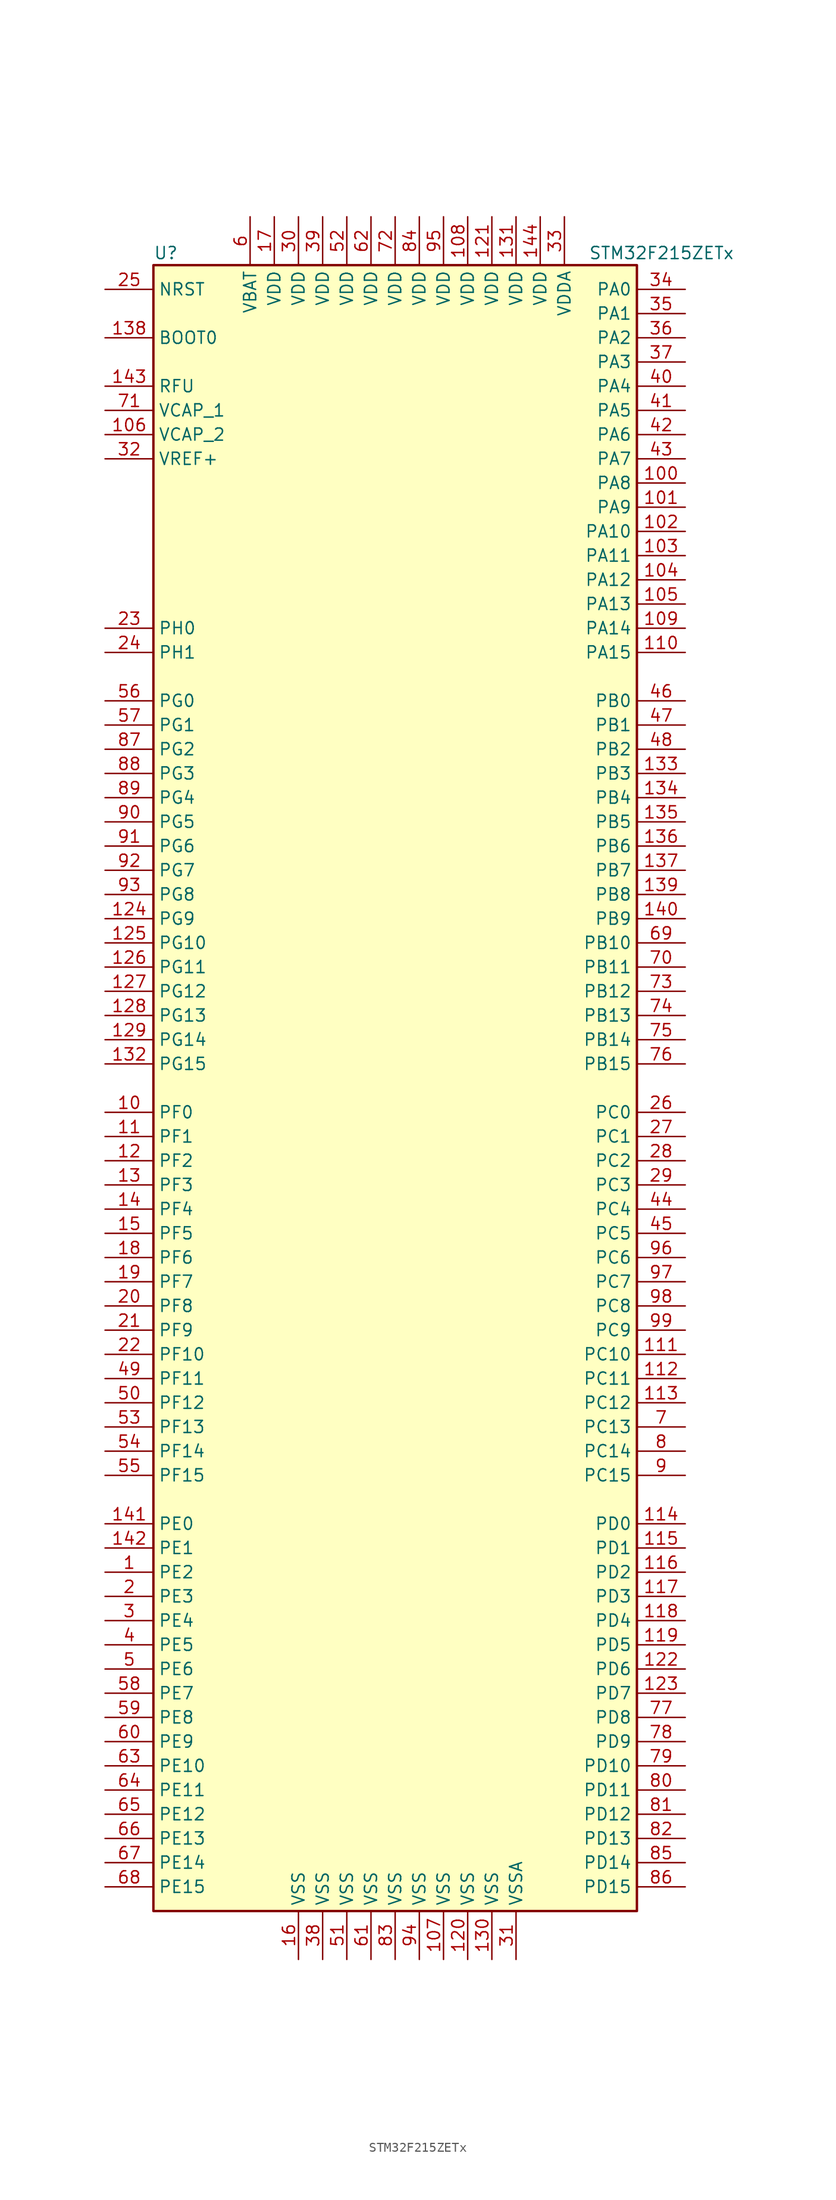
<source format=kicad_sym>
(kicad_symbol_lib
  (version 20201005)
  (generator kicad_symbol_editor)
  (symbol "STM32F215ZETx"
    (property "Reference" "U"
      (at -25.4 87.63 0)
      (effects (font (size 1.27 1.27)) (justify left)))
    (property "Value" "STM32F215ZETx"
      (at 20.32 87.63 0)
      (effects (font (size 1.27 1.27)) (justify left)))
    (symbol "STM32F215ZETx_0_1"
      (rectangle (start -25.4 -86.36) (end 25.4 86.36) (stroke (width 0.254)) (fill (type background))))
    (symbol "STM32F215ZETx_1_1"
      (pin input line (at -30.48 78.74 0) (length 5.08) (name "BOOT0" (effects (font (size 1.27 1.27)))) (number "138" (effects (font (size 1.27 1.27)))))
      (pin input line (at -30.48 83.82 0) (length 5.08) (name "NRST" (effects (font (size 1.27 1.27)))) (number "25" (effects (font (size 1.27 1.27)))))
      (pin bidirectional line (at 30.48 83.82 180) (length 5.08) (name "PA0" (effects (font (size 1.27 1.27)))) (number "34" (effects (font (size 1.27 1.27)))))
      (pin bidirectional line (at 30.48 81.28 180) (length 5.08) (name "PA1" (effects (font (size 1.27 1.27)))) (number "35" (effects (font (size 1.27 1.27)))))
      (pin bidirectional line (at 30.48 58.42 180) (length 5.08) (name "PA10" (effects (font (size 1.27 1.27)))) (number "102" (effects (font (size 1.27 1.27)))))
      (pin bidirectional line (at 30.48 55.88 180) (length 5.08) (name "PA11" (effects (font (size 1.27 1.27)))) (number "103" (effects (font (size 1.27 1.27)))))
      (pin bidirectional line (at 30.48 53.34 180) (length 5.08) (name "PA12" (effects (font (size 1.27 1.27)))) (number "104" (effects (font (size 1.27 1.27)))))
      (pin bidirectional line (at 30.48 50.8 180) (length 5.08) (name "PA13" (effects (font (size 1.27 1.27)))) (number "105" (effects (font (size 1.27 1.27)))))
      (pin bidirectional line (at 30.48 48.26 180) (length 5.08) (name "PA14" (effects (font (size 1.27 1.27)))) (number "109" (effects (font (size 1.27 1.27)))))
      (pin bidirectional line (at 30.48 45.72 180) (length 5.08) (name "PA15" (effects (font (size 1.27 1.27)))) (number "110" (effects (font (size 1.27 1.27)))))
      (pin bidirectional line (at 30.48 78.74 180) (length 5.08) (name "PA2" (effects (font (size 1.27 1.27)))) (number "36" (effects (font (size 1.27 1.27)))))
      (pin bidirectional line (at 30.48 76.2 180) (length 5.08) (name "PA3" (effects (font (size 1.27 1.27)))) (number "37" (effects (font (size 1.27 1.27)))))
      (pin bidirectional line (at 30.48 73.66 180) (length 5.08) (name "PA4" (effects (font (size 1.27 1.27)))) (number "40" (effects (font (size 1.27 1.27)))))
      (pin bidirectional line (at 30.48 71.12 180) (length 5.08) (name "PA5" (effects (font (size 1.27 1.27)))) (number "41" (effects (font (size 1.27 1.27)))))
      (pin bidirectional line (at 30.48 68.58 180) (length 5.08) (name "PA6" (effects (font (size 1.27 1.27)))) (number "42" (effects (font (size 1.27 1.27)))))
      (pin bidirectional line (at 30.48 66.04 180) (length 5.08) (name "PA7" (effects (font (size 1.27 1.27)))) (number "43" (effects (font (size 1.27 1.27)))))
      (pin bidirectional line (at 30.48 63.5 180) (length 5.08) (name "PA8" (effects (font (size 1.27 1.27)))) (number "100" (effects (font (size 1.27 1.27)))))
      (pin bidirectional line (at 30.48 60.96 180) (length 5.08) (name "PA9" (effects (font (size 1.27 1.27)))) (number "101" (effects (font (size 1.27 1.27)))))
      (pin bidirectional line (at 30.48 40.64 180) (length 5.08) (name "PB0" (effects (font (size 1.27 1.27)))) (number "46" (effects (font (size 1.27 1.27)))))
      (pin bidirectional line (at 30.48 38.1 180) (length 5.08) (name "PB1" (effects (font (size 1.27 1.27)))) (number "47" (effects (font (size 1.27 1.27)))))
      (pin bidirectional line (at 30.48 15.24 180) (length 5.08) (name "PB10" (effects (font (size 1.27 1.27)))) (number "69" (effects (font (size 1.27 1.27)))))
      (pin bidirectional line (at 30.48 12.7 180) (length 5.08) (name "PB11" (effects (font (size 1.27 1.27)))) (number "70" (effects (font (size 1.27 1.27)))))
      (pin bidirectional line (at 30.48 10.16 180) (length 5.08) (name "PB12" (effects (font (size 1.27 1.27)))) (number "73" (effects (font (size 1.27 1.27)))))
      (pin bidirectional line (at 30.48 7.62 180) (length 5.08) (name "PB13" (effects (font (size 1.27 1.27)))) (number "74" (effects (font (size 1.27 1.27)))))
      (pin bidirectional line (at 30.48 5.08 180) (length 5.08) (name "PB14" (effects (font (size 1.27 1.27)))) (number "75" (effects (font (size 1.27 1.27)))))
      (pin bidirectional line (at 30.48 2.54 180) (length 5.08) (name "PB15" (effects (font (size 1.27 1.27)))) (number "76" (effects (font (size 1.27 1.27)))))
      (pin bidirectional line (at 30.48 35.56 180) (length 5.08) (name "PB2" (effects (font (size 1.27 1.27)))) (number "48" (effects (font (size 1.27 1.27)))))
      (pin bidirectional line (at 30.48 33.02 180) (length 5.08) (name "PB3" (effects (font (size 1.27 1.27)))) (number "133" (effects (font (size 1.27 1.27)))))
      (pin bidirectional line (at 30.48 30.48 180) (length 5.08) (name "PB4" (effects (font (size 1.27 1.27)))) (number "134" (effects (font (size 1.27 1.27)))))
      (pin bidirectional line (at 30.48 27.94 180) (length 5.08) (name "PB5" (effects (font (size 1.27 1.27)))) (number "135" (effects (font (size 1.27 1.27)))))
      (pin bidirectional line (at 30.48 25.4 180) (length 5.08) (name "PB6" (effects (font (size 1.27 1.27)))) (number "136" (effects (font (size 1.27 1.27)))))
      (pin bidirectional line (at 30.48 22.86 180) (length 5.08) (name "PB7" (effects (font (size 1.27 1.27)))) (number "137" (effects (font (size 1.27 1.27)))))
      (pin bidirectional line (at 30.48 20.32 180) (length 5.08) (name "PB8" (effects (font (size 1.27 1.27)))) (number "139" (effects (font (size 1.27 1.27)))))
      (pin bidirectional line (at 30.48 17.78 180) (length 5.08) (name "PB9" (effects (font (size 1.27 1.27)))) (number "140" (effects (font (size 1.27 1.27)))))
      (pin bidirectional line (at 30.48 -2.54 180) (length 5.08) (name "PC0" (effects (font (size 1.27 1.27)))) (number "26" (effects (font (size 1.27 1.27)))))
      (pin bidirectional line (at 30.48 -5.08 180) (length 5.08) (name "PC1" (effects (font (size 1.27 1.27)))) (number "27" (effects (font (size 1.27 1.27)))))
      (pin bidirectional line (at 30.48 -27.94 180) (length 5.08) (name "PC10" (effects (font (size 1.27 1.27)))) (number "111" (effects (font (size 1.27 1.27)))))
      (pin bidirectional line (at 30.48 -30.48 180) (length 5.08) (name "PC11" (effects (font (size 1.27 1.27)))) (number "112" (effects (font (size 1.27 1.27)))))
      (pin bidirectional line (at 30.48 -33.02 180) (length 5.08) (name "PC12" (effects (font (size 1.27 1.27)))) (number "113" (effects (font (size 1.27 1.27)))))
      (pin bidirectional line (at 30.48 -35.56 180) (length 5.08) (name "PC13" (effects (font (size 1.27 1.27)))) (number "7" (effects (font (size 1.27 1.27)))))
      (pin bidirectional line (at 30.48 -38.1 180) (length 5.08) (name "PC14" (effects (font (size 1.27 1.27)))) (number "8" (effects (font (size 1.27 1.27)))))
      (pin bidirectional line (at 30.48 -40.64 180) (length 5.08) (name "PC15" (effects (font (size 1.27 1.27)))) (number "9" (effects (font (size 1.27 1.27)))))
      (pin bidirectional line (at 30.48 -7.62 180) (length 5.08) (name "PC2" (effects (font (size 1.27 1.27)))) (number "28" (effects (font (size 1.27 1.27)))))
      (pin bidirectional line (at 30.48 -10.16 180) (length 5.08) (name "PC3" (effects (font (size 1.27 1.27)))) (number "29" (effects (font (size 1.27 1.27)))))
      (pin bidirectional line (at 30.48 -12.7 180) (length 5.08) (name "PC4" (effects (font (size 1.27 1.27)))) (number "44" (effects (font (size 1.27 1.27)))))
      (pin bidirectional line (at 30.48 -15.24 180) (length 5.08) (name "PC5" (effects (font (size 1.27 1.27)))) (number "45" (effects (font (size 1.27 1.27)))))
      (pin bidirectional line (at 30.48 -17.78 180) (length 5.08) (name "PC6" (effects (font (size 1.27 1.27)))) (number "96" (effects (font (size 1.27 1.27)))))
      (pin bidirectional line (at 30.48 -20.32 180) (length 5.08) (name "PC7" (effects (font (size 1.27 1.27)))) (number "97" (effects (font (size 1.27 1.27)))))
      (pin bidirectional line (at 30.48 -22.86 180) (length 5.08) (name "PC8" (effects (font (size 1.27 1.27)))) (number "98" (effects (font (size 1.27 1.27)))))
      (pin bidirectional line (at 30.48 -25.4 180) (length 5.08) (name "PC9" (effects (font (size 1.27 1.27)))) (number "99" (effects (font (size 1.27 1.27)))))
      (pin bidirectional line (at 30.48 -45.72 180) (length 5.08) (name "PD0" (effects (font (size 1.27 1.27)))) (number "114" (effects (font (size 1.27 1.27)))))
      (pin bidirectional line (at 30.48 -48.26 180) (length 5.08) (name "PD1" (effects (font (size 1.27 1.27)))) (number "115" (effects (font (size 1.27 1.27)))))
      (pin bidirectional line (at 30.48 -71.12 180) (length 5.08) (name "PD10" (effects (font (size 1.27 1.27)))) (number "79" (effects (font (size 1.27 1.27)))))
      (pin bidirectional line (at 30.48 -73.66 180) (length 5.08) (name "PD11" (effects (font (size 1.27 1.27)))) (number "80" (effects (font (size 1.27 1.27)))))
      (pin bidirectional line (at 30.48 -76.2 180) (length 5.08) (name "PD12" (effects (font (size 1.27 1.27)))) (number "81" (effects (font (size 1.27 1.27)))))
      (pin bidirectional line (at 30.48 -78.74 180) (length 5.08) (name "PD13" (effects (font (size 1.27 1.27)))) (number "82" (effects (font (size 1.27 1.27)))))
      (pin bidirectional line (at 30.48 -81.28 180) (length 5.08) (name "PD14" (effects (font (size 1.27 1.27)))) (number "85" (effects (font (size 1.27 1.27)))))
      (pin bidirectional line (at 30.48 -83.82 180) (length 5.08) (name "PD15" (effects (font (size 1.27 1.27)))) (number "86" (effects (font (size 1.27 1.27)))))
      (pin bidirectional line (at 30.48 -50.8 180) (length 5.08) (name "PD2" (effects (font (size 1.27 1.27)))) (number "116" (effects (font (size 1.27 1.27)))))
      (pin bidirectional line (at 30.48 -53.34 180) (length 5.08) (name "PD3" (effects (font (size 1.27 1.27)))) (number "117" (effects (font (size 1.27 1.27)))))
      (pin bidirectional line (at 30.48 -55.88 180) (length 5.08) (name "PD4" (effects (font (size 1.27 1.27)))) (number "118" (effects (font (size 1.27 1.27)))))
      (pin bidirectional line (at 30.48 -58.42 180) (length 5.08) (name "PD5" (effects (font (size 1.27 1.27)))) (number "119" (effects (font (size 1.27 1.27)))))
      (pin bidirectional line (at 30.48 -60.96 180) (length 5.08) (name "PD6" (effects (font (size 1.27 1.27)))) (number "122" (effects (font (size 1.27 1.27)))))
      (pin bidirectional line (at 30.48 -63.5 180) (length 5.08) (name "PD7" (effects (font (size 1.27 1.27)))) (number "123" (effects (font (size 1.27 1.27)))))
      (pin bidirectional line (at 30.48 -66.04 180) (length 5.08) (name "PD8" (effects (font (size 1.27 1.27)))) (number "77" (effects (font (size 1.27 1.27)))))
      (pin bidirectional line (at 30.48 -68.58 180) (length 5.08) (name "PD9" (effects (font (size 1.27 1.27)))) (number "78" (effects (font (size 1.27 1.27)))))
      (pin bidirectional line (at -30.48 -45.72 0) (length 5.08) (name "PE0" (effects (font (size 1.27 1.27)))) (number "141" (effects (font (size 1.27 1.27)))))
      (pin bidirectional line (at -30.48 -48.26 0) (length 5.08) (name "PE1" (effects (font (size 1.27 1.27)))) (number "142" (effects (font (size 1.27 1.27)))))
      (pin bidirectional line (at -30.48 -71.12 0) (length 5.08) (name "PE10" (effects (font (size 1.27 1.27)))) (number "63" (effects (font (size 1.27 1.27)))))
      (pin bidirectional line (at -30.48 -73.66 0) (length 5.08) (name "PE11" (effects (font (size 1.27 1.27)))) (number "64" (effects (font (size 1.27 1.27)))))
      (pin bidirectional line (at -30.48 -76.2 0) (length 5.08) (name "PE12" (effects (font (size 1.27 1.27)))) (number "65" (effects (font (size 1.27 1.27)))))
      (pin bidirectional line (at -30.48 -78.74 0) (length 5.08) (name "PE13" (effects (font (size 1.27 1.27)))) (number "66" (effects (font (size 1.27 1.27)))))
      (pin bidirectional line (at -30.48 -81.28 0) (length 5.08) (name "PE14" (effects (font (size 1.27 1.27)))) (number "67" (effects (font (size 1.27 1.27)))))
      (pin bidirectional line (at -30.48 -83.82 0) (length 5.08) (name "PE15" (effects (font (size 1.27 1.27)))) (number "68" (effects (font (size 1.27 1.27)))))
      (pin bidirectional line (at -30.48 -50.8 0) (length 5.08) (name "PE2" (effects (font (size 1.27 1.27)))) (number "1" (effects (font (size 1.27 1.27)))))
      (pin bidirectional line (at -30.48 -53.34 0) (length 5.08) (name "PE3" (effects (font (size 1.27 1.27)))) (number "2" (effects (font (size 1.27 1.27)))))
      (pin bidirectional line (at -30.48 -55.88 0) (length 5.08) (name "PE4" (effects (font (size 1.27 1.27)))) (number "3" (effects (font (size 1.27 1.27)))))
      (pin bidirectional line (at -30.48 -58.42 0) (length 5.08) (name "PE5" (effects (font (size 1.27 1.27)))) (number "4" (effects (font (size 1.27 1.27)))))
      (pin bidirectional line (at -30.48 -60.96 0) (length 5.08) (name "PE6" (effects (font (size 1.27 1.27)))) (number "5" (effects (font (size 1.27 1.27)))))
      (pin bidirectional line (at -30.48 -63.5 0) (length 5.08) (name "PE7" (effects (font (size 1.27 1.27)))) (number "58" (effects (font (size 1.27 1.27)))))
      (pin bidirectional line (at -30.48 -66.04 0) (length 5.08) (name "PE8" (effects (font (size 1.27 1.27)))) (number "59" (effects (font (size 1.27 1.27)))))
      (pin bidirectional line (at -30.48 -68.58 0) (length 5.08) (name "PE9" (effects (font (size 1.27 1.27)))) (number "60" (effects (font (size 1.27 1.27)))))
      (pin bidirectional line (at -30.48 -2.54 0) (length 5.08) (name "PF0" (effects (font (size 1.27 1.27)))) (number "10" (effects (font (size 1.27 1.27)))))
      (pin bidirectional line (at -30.48 -5.08 0) (length 5.08) (name "PF1" (effects (font (size 1.27 1.27)))) (number "11" (effects (font (size 1.27 1.27)))))
      (pin bidirectional line (at -30.48 -27.94 0) (length 5.08) (name "PF10" (effects (font (size 1.27 1.27)))) (number "22" (effects (font (size 1.27 1.27)))))
      (pin bidirectional line (at -30.48 -30.48 0) (length 5.08) (name "PF11" (effects (font (size 1.27 1.27)))) (number "49" (effects (font (size 1.27 1.27)))))
      (pin bidirectional line (at -30.48 -33.02 0) (length 5.08) (name "PF12" (effects (font (size 1.27 1.27)))) (number "50" (effects (font (size 1.27 1.27)))))
      (pin bidirectional line (at -30.48 -35.56 0) (length 5.08) (name "PF13" (effects (font (size 1.27 1.27)))) (number "53" (effects (font (size 1.27 1.27)))))
      (pin bidirectional line (at -30.48 -38.1 0) (length 5.08) (name "PF14" (effects (font (size 1.27 1.27)))) (number "54" (effects (font (size 1.27 1.27)))))
      (pin bidirectional line (at -30.48 -40.64 0) (length 5.08) (name "PF15" (effects (font (size 1.27 1.27)))) (number "55" (effects (font (size 1.27 1.27)))))
      (pin bidirectional line (at -30.48 -7.62 0) (length 5.08) (name "PF2" (effects (font (size 1.27 1.27)))) (number "12" (effects (font (size 1.27 1.27)))))
      (pin bidirectional line (at -30.48 -10.16 0) (length 5.08) (name "PF3" (effects (font (size 1.27 1.27)))) (number "13" (effects (font (size 1.27 1.27)))))
      (pin bidirectional line (at -30.48 -12.7 0) (length 5.08) (name "PF4" (effects (font (size 1.27 1.27)))) (number "14" (effects (font (size 1.27 1.27)))))
      (pin bidirectional line (at -30.48 -15.24 0) (length 5.08) (name "PF5" (effects (font (size 1.27 1.27)))) (number "15" (effects (font (size 1.27 1.27)))))
      (pin bidirectional line (at -30.48 -17.78 0) (length 5.08) (name "PF6" (effects (font (size 1.27 1.27)))) (number "18" (effects (font (size 1.27 1.27)))))
      (pin bidirectional line (at -30.48 -20.32 0) (length 5.08) (name "PF7" (effects (font (size 1.27 1.27)))) (number "19" (effects (font (size 1.27 1.27)))))
      (pin bidirectional line (at -30.48 -22.86 0) (length 5.08) (name "PF8" (effects (font (size 1.27 1.27)))) (number "20" (effects (font (size 1.27 1.27)))))
      (pin bidirectional line (at -30.48 -25.4 0) (length 5.08) (name "PF9" (effects (font (size 1.27 1.27)))) (number "21" (effects (font (size 1.27 1.27)))))
      (pin bidirectional line (at -30.48 40.64 0) (length 5.08) (name "PG0" (effects (font (size 1.27 1.27)))) (number "56" (effects (font (size 1.27 1.27)))))
      (pin bidirectional line (at -30.48 38.1 0) (length 5.08) (name "PG1" (effects (font (size 1.27 1.27)))) (number "57" (effects (font (size 1.27 1.27)))))
      (pin bidirectional line (at -30.48 15.24 0) (length 5.08) (name "PG10" (effects (font (size 1.27 1.27)))) (number "125" (effects (font (size 1.27 1.27)))))
      (pin bidirectional line (at -30.48 12.7 0) (length 5.08) (name "PG11" (effects (font (size 1.27 1.27)))) (number "126" (effects (font (size 1.27 1.27)))))
      (pin bidirectional line (at -30.48 10.16 0) (length 5.08) (name "PG12" (effects (font (size 1.27 1.27)))) (number "127" (effects (font (size 1.27 1.27)))))
      (pin bidirectional line (at -30.48 7.62 0) (length 5.08) (name "PG13" (effects (font (size 1.27 1.27)))) (number "128" (effects (font (size 1.27 1.27)))))
      (pin bidirectional line (at -30.48 5.08 0) (length 5.08) (name "PG14" (effects (font (size 1.27 1.27)))) (number "129" (effects (font (size 1.27 1.27)))))
      (pin bidirectional line (at -30.48 2.54 0) (length 5.08) (name "PG15" (effects (font (size 1.27 1.27)))) (number "132" (effects (font (size 1.27 1.27)))))
      (pin bidirectional line (at -30.48 35.56 0) (length 5.08) (name "PG2" (effects (font (size 1.27 1.27)))) (number "87" (effects (font (size 1.27 1.27)))))
      (pin bidirectional line (at -30.48 33.02 0) (length 5.08) (name "PG3" (effects (font (size 1.27 1.27)))) (number "88" (effects (font (size 1.27 1.27)))))
      (pin bidirectional line (at -30.48 30.48 0) (length 5.08) (name "PG4" (effects (font (size 1.27 1.27)))) (number "89" (effects (font (size 1.27 1.27)))))
      (pin bidirectional line (at -30.48 27.94 0) (length 5.08) (name "PG5" (effects (font (size 1.27 1.27)))) (number "90" (effects (font (size 1.27 1.27)))))
      (pin bidirectional line (at -30.48 25.4 0) (length 5.08) (name "PG6" (effects (font (size 1.27 1.27)))) (number "91" (effects (font (size 1.27 1.27)))))
      (pin bidirectional line (at -30.48 22.86 0) (length 5.08) (name "PG7" (effects (font (size 1.27 1.27)))) (number "92" (effects (font (size 1.27 1.27)))))
      (pin bidirectional line (at -30.48 20.32 0) (length 5.08) (name "PG8" (effects (font (size 1.27 1.27)))) (number "93" (effects (font (size 1.27 1.27)))))
      (pin bidirectional line (at -30.48 17.78 0) (length 5.08) (name "PG9" (effects (font (size 1.27 1.27)))) (number "124" (effects (font (size 1.27 1.27)))))
      (pin input line (at -30.48 48.26 0) (length 5.08) (name "PH0" (effects (font (size 1.27 1.27)))) (number "23" (effects (font (size 1.27 1.27)))))
      (pin input line (at -30.48 45.72 0) (length 5.08) (name "PH1" (effects (font (size 1.27 1.27)))) (number "24" (effects (font (size 1.27 1.27)))))
      (pin power_in line (at -30.48 73.66 0) (length 5.08) (name "RFU" (effects (font (size 1.27 1.27)))) (number "143" (effects (font (size 1.27 1.27)))))
      (pin power_in line (at -15.24 91.44 270) (length 5.08) (name "VBAT" (effects (font (size 1.27 1.27)))) (number "6" (effects (font (size 1.27 1.27)))))
      (pin power_in line (at -30.48 71.12 0) (length 5.08) (name "VCAP_1" (effects (font (size 1.27 1.27)))) (number "71" (effects (font (size 1.27 1.27)))))
      (pin power_in line (at -30.48 68.58 0) (length 5.08) (name "VCAP_2" (effects (font (size 1.27 1.27)))) (number "106" (effects (font (size 1.27 1.27)))))
      (pin power_in line (at 7.62 91.44 270) (length 5.08) (name "VDD" (effects (font (size 1.27 1.27)))) (number "108" (effects (font (size 1.27 1.27)))))
      (pin power_in line (at 10.16 91.44 270) (length 5.08) (name "VDD" (effects (font (size 1.27 1.27)))) (number "121" (effects (font (size 1.27 1.27)))))
      (pin power_in line (at 12.7 91.44 270) (length 5.08) (name "VDD" (effects (font (size 1.27 1.27)))) (number "131" (effects (font (size 1.27 1.27)))))
      (pin power_in line (at 15.24 91.44 270) (length 5.08) (name "VDD" (effects (font (size 1.27 1.27)))) (number "144" (effects (font (size 1.27 1.27)))))
      (pin power_in line (at -12.7 91.44 270) (length 5.08) (name "VDD" (effects (font (size 1.27 1.27)))) (number "17" (effects (font (size 1.27 1.27)))))
      (pin power_in line (at -10.16 91.44 270) (length 5.08) (name "VDD" (effects (font (size 1.27 1.27)))) (number "30" (effects (font (size 1.27 1.27)))))
      (pin power_in line (at -7.62 91.44 270) (length 5.08) (name "VDD" (effects (font (size 1.27 1.27)))) (number "39" (effects (font (size 1.27 1.27)))))
      (pin power_in line (at -5.08 91.44 270) (length 5.08) (name "VDD" (effects (font (size 1.27 1.27)))) (number "52" (effects (font (size 1.27 1.27)))))
      (pin power_in line (at -2.54 91.44 270) (length 5.08) (name "VDD" (effects (font (size 1.27 1.27)))) (number "62" (effects (font (size 1.27 1.27)))))
      (pin power_in line (at 0 91.44 270) (length 5.08) (name "VDD" (effects (font (size 1.27 1.27)))) (number "72" (effects (font (size 1.27 1.27)))))
      (pin power_in line (at 2.54 91.44 270) (length 5.08) (name "VDD" (effects (font (size 1.27 1.27)))) (number "84" (effects (font (size 1.27 1.27)))))
      (pin power_in line (at 5.08 91.44 270) (length 5.08) (name "VDD" (effects (font (size 1.27 1.27)))) (number "95" (effects (font (size 1.27 1.27)))))
      (pin power_in line (at 17.78 91.44 270) (length 5.08) (name "VDDA" (effects (font (size 1.27 1.27)))) (number "33" (effects (font (size 1.27 1.27)))))
      (pin power_in line (at -30.48 66.04 0) (length 5.08) (name "VREF+" (effects (font (size 1.27 1.27)))) (number "32" (effects (font (size 1.27 1.27)))))
      (pin power_in line (at 5.08 -91.44 90) (length 5.08) (name "VSS" (effects (font (size 1.27 1.27)))) (number "107" (effects (font (size 1.27 1.27)))))
      (pin power_in line (at 7.62 -91.44 90) (length 5.08) (name "VSS" (effects (font (size 1.27 1.27)))) (number "120" (effects (font (size 1.27 1.27)))))
      (pin power_in line (at 10.16 -91.44 90) (length 5.08) (name "VSS" (effects (font (size 1.27 1.27)))) (number "130" (effects (font (size 1.27 1.27)))))
      (pin power_in line (at -10.16 -91.44 90) (length 5.08) (name "VSS" (effects (font (size 1.27 1.27)))) (number "16" (effects (font (size 1.27 1.27)))))
      (pin power_in line (at -7.62 -91.44 90) (length 5.08) (name "VSS" (effects (font (size 1.27 1.27)))) (number "38" (effects (font (size 1.27 1.27)))))
      (pin power_in line (at -5.08 -91.44 90) (length 5.08) (name "VSS" (effects (font (size 1.27 1.27)))) (number "51" (effects (font (size 1.27 1.27)))))
      (pin power_in line (at -2.54 -91.44 90) (length 5.08) (name "VSS" (effects (font (size 1.27 1.27)))) (number "61" (effects (font (size 1.27 1.27)))))
      (pin power_in line (at 0 -91.44 90) (length 5.08) (name "VSS" (effects (font (size 1.27 1.27)))) (number "83" (effects (font (size 1.27 1.27)))))
      (pin power_in line (at 2.54 -91.44 90) (length 5.08) (name "VSS" (effects (font (size 1.27 1.27)))) (number "94" (effects (font (size 1.27 1.27)))))
      (pin power_in line (at 12.7 -91.44 90) (length 5.08) (name "VSSA" (effects (font (size 1.27 1.27)))) (number "31" (effects (font (size 1.27 1.27))))))))
</source>
